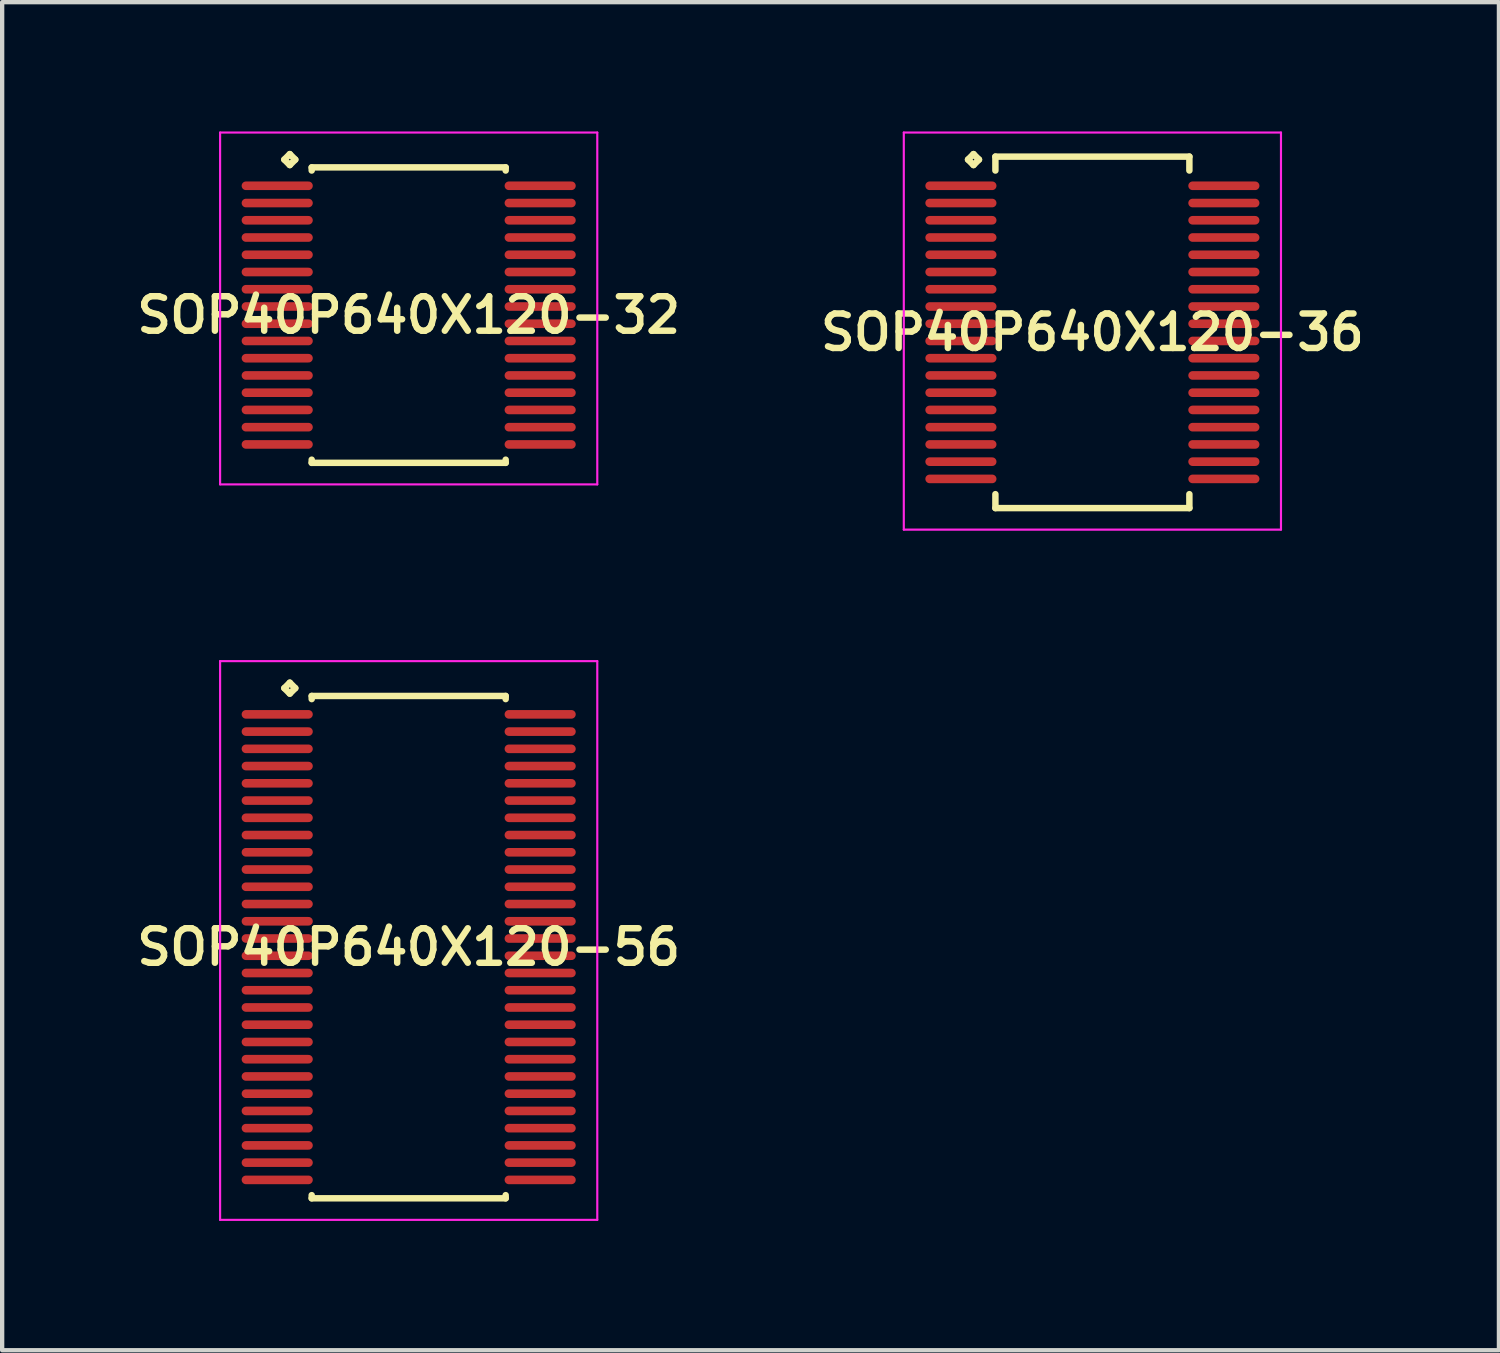
<source format=kicad_pcb>
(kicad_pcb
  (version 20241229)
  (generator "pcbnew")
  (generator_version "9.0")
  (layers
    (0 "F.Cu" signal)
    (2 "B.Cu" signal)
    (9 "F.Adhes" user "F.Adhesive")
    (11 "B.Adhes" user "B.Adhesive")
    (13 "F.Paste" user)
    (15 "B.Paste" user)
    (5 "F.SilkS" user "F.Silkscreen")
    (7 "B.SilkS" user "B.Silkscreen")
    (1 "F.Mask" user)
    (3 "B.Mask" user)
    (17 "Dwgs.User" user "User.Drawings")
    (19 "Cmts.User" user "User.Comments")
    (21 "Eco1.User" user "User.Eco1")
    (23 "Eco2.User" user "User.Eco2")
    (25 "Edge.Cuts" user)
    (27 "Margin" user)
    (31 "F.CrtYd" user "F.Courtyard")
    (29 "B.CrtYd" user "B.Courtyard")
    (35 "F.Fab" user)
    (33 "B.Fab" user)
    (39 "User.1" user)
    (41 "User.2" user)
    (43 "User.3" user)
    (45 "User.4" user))
  (footprint "SOP40P640X120-36"
    (layer "F.Cu")
    (at 22.292 4.66)
    (property "Reference" "SOP40P640X120-36" (at 0 0 0) (layer "F.SilkS") (effects (font (size 0.8 0.8) (thickness 0.15))))
    (attr smd)
    (fp_line (start -2.885 -4.008) (end -2.758 -4.135) (stroke (width 0.15) (type solid)) (layer "F.SilkS"))
    (fp_line (start -2.758 -4.135) (end -2.631 -4.008) (stroke (width 0.15) (type solid)) (layer "F.SilkS"))
    (fp_line (start -2.758 -3.881) (end -2.885 -4.008) (stroke (width 0.15) (type solid)) (layer "F.SilkS"))
    (fp_line (start -2.631 -4.008) (end -2.758 -3.881) (stroke (width 0.15) (type solid)) (layer "F.SilkS"))
    (fp_line (start -2.25 -4.077) (end 2.25 -4.077) (stroke (width 0.15) (type solid)) (layer "F.SilkS"))
    (fp_line (start -2.25 -3.754) (end -2.25 -4.077) (stroke (width 0.15) (type solid)) (layer "F.SilkS"))
    (fp_line (start -2.25 3.754) (end -2.25 4.077) (stroke (width 0.15) (type solid)) (layer "F.SilkS"))
    (fp_line (start -2.25 4.077) (end 2.25 4.077) (stroke (width 0.15) (type solid)) (layer "F.SilkS"))
    (fp_line (start 2.25 -4.077) (end 2.25 -3.754) (stroke (width 0.15) (type solid)) (layer "F.SilkS"))
    (fp_line (start 2.25 4.077) (end 2.25 3.754) (stroke (width 0.15) (type solid)) (layer "F.SilkS"))
    (fp_line (start -4.375 -4.635) (end 4.375 -4.635) (stroke (width 0.05) (type solid)) (layer "F.CrtYd"))
    (fp_line (start -4.375 4.577) (end -4.375 -4.635) (stroke (width 0.05) (type solid)) (layer "F.CrtYd"))
    (fp_line (start 4.375 -4.635) (end 4.375 4.577) (stroke (width 0.05) (type solid)) (layer "F.CrtYd"))
    (fp_line (start 4.375 4.577) (end -4.375 4.577) (stroke (width 0.05) (type solid)) (layer "F.CrtYd"))
    (pad "1" smd oval (at -3.05 -3.4) (size 1.65 0.2) (layers "F.Cu" "F.Mask" "F.Paste"))
    (pad "2" smd oval (at -3.05 -3) (size 1.65 0.2) (layers "F.Cu" "F.Mask" "F.Paste"))
    (pad "3" smd oval (at -3.05 -2.6) (size 1.65 0.2) (layers "F.Cu" "F.Mask" "F.Paste"))
    (pad "4" smd oval (at -3.05 -2.2) (size 1.65 0.2) (layers "F.Cu" "F.Mask" "F.Paste"))
    (pad "5" smd oval (at -3.05 -1.8) (size 1.65 0.2) (layers "F.Cu" "F.Mask" "F.Paste"))
    (pad "6" smd oval (at -3.05 -1.4) (size 1.65 0.2) (layers "F.Cu" "F.Mask" "F.Paste"))
    (pad "7" smd oval (at -3.05 -1) (size 1.65 0.2) (layers "F.Cu" "F.Mask" "F.Paste"))
    (pad "8" smd oval (at -3.05 -0.6) (size 1.65 0.2) (layers "F.Cu" "F.Mask" "F.Paste"))
    (pad "9" smd oval (at -3.05 -0.2) (size 1.65 0.2) (layers "F.Cu" "F.Mask" "F.Paste"))
    (pad "10" smd oval (at -3.05 0.2) (size 1.65 0.2) (layers "F.Cu" "F.Mask" "F.Paste"))
    (pad "11" smd oval (at -3.05 0.6) (size 1.65 0.2) (layers "F.Cu" "F.Mask" "F.Paste"))
    (pad "12" smd oval (at -3.05 1) (size 1.65 0.2) (layers "F.Cu" "F.Mask" "F.Paste"))
    (pad "13" smd oval (at -3.05 1.4) (size 1.65 0.2) (layers "F.Cu" "F.Mask" "F.Paste"))
    (pad "14" smd oval (at -3.05 1.8) (size 1.65 0.2) (layers "F.Cu" "F.Mask" "F.Paste"))
    (pad "15" smd oval (at -3.05 2.2) (size 1.65 0.2) (layers "F.Cu" "F.Mask" "F.Paste"))
    (pad "16" smd oval (at -3.05 2.6) (size 1.65 0.2) (layers "F.Cu" "F.Mask" "F.Paste"))
    (pad "17" smd oval (at -3.05 3) (size 1.65 0.2) (layers "F.Cu" "F.Mask" "F.Paste"))
    (pad "18" smd oval (at -3.05 3.4) (size 1.65 0.2) (layers "F.Cu" "F.Mask" "F.Paste"))
    (pad "19" smd oval (at 3.05 3.4) (size 1.65 0.2) (layers "F.Cu" "F.Mask" "F.Paste"))
    (pad "20" smd oval (at 3.05 3) (size 1.65 0.2) (layers "F.Cu" "F.Mask" "F.Paste"))
    (pad "21" smd oval (at 3.05 2.6) (size 1.65 0.2) (layers "F.Cu" "F.Mask" "F.Paste"))
    (pad "22" smd oval (at 3.05 2.2) (size 1.65 0.2) (layers "F.Cu" "F.Mask" "F.Paste"))
    (pad "23" smd oval (at 3.05 1.8) (size 1.65 0.2) (layers "F.Cu" "F.Mask" "F.Paste"))
    (pad "24" smd oval (at 3.05 1.4) (size 1.65 0.2) (layers "F.Cu" "F.Mask" "F.Paste"))
    (pad "25" smd oval (at 3.05 1) (size 1.65 0.2) (layers "F.Cu" "F.Mask" "F.Paste"))
    (pad "26" smd oval (at 3.05 0.6) (size 1.65 0.2) (layers "F.Cu" "F.Mask" "F.Paste"))
    (pad "27" smd oval (at 3.05 0.2) (size 1.65 0.2) (layers "F.Cu" "F.Mask" "F.Paste"))
    (pad "28" smd oval (at 3.05 -0.2) (size 1.65 0.2) (layers "F.Cu" "F.Mask" "F.Paste"))
    (pad "29" smd oval (at 3.05 -0.6) (size 1.65 0.2) (layers "F.Cu" "F.Mask" "F.Paste"))
    (pad "30" smd oval (at 3.05 -1) (size 1.65 0.2) (layers "F.Cu" "F.Mask" "F.Paste"))
    (pad "31" smd oval (at 3.05 -1.4) (size 1.65 0.2) (layers "F.Cu" "F.Mask" "F.Paste"))
    (pad "32" smd oval (at 3.05 -1.8) (size 1.65 0.2) (layers "F.Cu" "F.Mask" "F.Paste"))
    (pad "33" smd oval (at 3.05 -2.2) (size 1.65 0.2) (layers "F.Cu" "F.Mask" "F.Paste"))
    (pad "34" smd oval (at 3.05 -2.6) (size 1.65 0.2) (layers "F.Cu" "F.Mask" "F.Paste"))
    (pad "35" smd oval (at 3.05 -3) (size 1.65 0.2) (layers "F.Cu" "F.Mask" "F.Paste"))
    (pad "36" smd oval (at 3.05 -3.4) (size 1.65 0.2) (layers "F.Cu" "F.Mask" "F.Paste")))
  (footprint "SOP40P640X120-56"
    (layer "F.Cu")
    (at 6.431 18.922)
    (property "Reference" "SOP40P640X120-56" (at 0 0 0) (layer "F.SilkS") (effects (font (size 0.8 0.8) (thickness 0.15))))
    (attr smd)
    (fp_line (start -2.885 -6.008) (end -2.758 -6.135) (stroke (width 0.15) (type solid)) (layer "F.SilkS"))
    (fp_line (start -2.758 -6.135) (end -2.631 -6.008) (stroke (width 0.15) (type solid)) (layer "F.SilkS"))
    (fp_line (start -2.758 -5.881) (end -2.885 -6.008) (stroke (width 0.15) (type solid)) (layer "F.SilkS"))
    (fp_line (start -2.631 -6.008) (end -2.758 -5.881) (stroke (width 0.15) (type solid)) (layer "F.SilkS"))
    (fp_line (start -2.25 -5.827) (end 2.25 -5.827) (stroke (width 0.15) (type solid)) (layer "F.SilkS"))
    (fp_line (start -2.25 -5.754) (end -2.25 -5.827) (stroke (width 0.15) (type solid)) (layer "F.SilkS"))
    (fp_line (start -2.25 5.754) (end -2.25 5.827) (stroke (width 0.15) (type solid)) (layer "F.SilkS"))
    (fp_line (start -2.25 5.827) (end 2.25 5.827) (stroke (width 0.15) (type solid)) (layer "F.SilkS"))
    (fp_line (start 2.25 -5.827) (end 2.25 -5.754) (stroke (width 0.15) (type solid)) (layer "F.SilkS"))
    (fp_line (start 2.25 5.827) (end 2.25 5.754) (stroke (width 0.15) (type solid)) (layer "F.SilkS"))
    (fp_line (start -4.375 -6.635) (end 4.375 -6.635) (stroke (width 0.05) (type solid)) (layer "F.CrtYd"))
    (fp_line (start -4.375 6.327) (end -4.375 -6.635) (stroke (width 0.05) (type solid)) (layer "F.CrtYd"))
    (fp_line (start 4.375 -6.635) (end 4.375 6.327) (stroke (width 0.05) (type solid)) (layer "F.CrtYd"))
    (fp_line (start 4.375 6.327) (end -4.375 6.327) (stroke (width 0.05) (type solid)) (layer "F.CrtYd"))
    (pad "1" smd oval (at -3.05 -5.4) (size 1.65 0.2) (layers "F.Cu" "F.Mask" "F.Paste"))
    (pad "2" smd oval (at -3.05 -5) (size 1.65 0.2) (layers "F.Cu" "F.Mask" "F.Paste"))
    (pad "3" smd oval (at -3.05 -4.6) (size 1.65 0.2) (layers "F.Cu" "F.Mask" "F.Paste"))
    (pad "4" smd oval (at -3.05 -4.2) (size 1.65 0.2) (layers "F.Cu" "F.Mask" "F.Paste"))
    (pad "5" smd oval (at -3.05 -3.8) (size 1.65 0.2) (layers "F.Cu" "F.Mask" "F.Paste"))
    (pad "6" smd oval (at -3.05 -3.4) (size 1.65 0.2) (layers "F.Cu" "F.Mask" "F.Paste"))
    (pad "7" smd oval (at -3.05 -3) (size 1.65 0.2) (layers "F.Cu" "F.Mask" "F.Paste"))
    (pad "8" smd oval (at -3.05 -2.6) (size 1.65 0.2) (layers "F.Cu" "F.Mask" "F.Paste"))
    (pad "9" smd oval (at -3.05 -2.2) (size 1.65 0.2) (layers "F.Cu" "F.Mask" "F.Paste"))
    (pad "10" smd oval (at -3.05 -1.8) (size 1.65 0.2) (layers "F.Cu" "F.Mask" "F.Paste"))
    (pad "11" smd oval (at -3.05 -1.4) (size 1.65 0.2) (layers "F.Cu" "F.Mask" "F.Paste"))
    (pad "12" smd oval (at -3.05 -1) (size 1.65 0.2) (layers "F.Cu" "F.Mask" "F.Paste"))
    (pad "13" smd oval (at -3.05 -0.6) (size 1.65 0.2) (layers "F.Cu" "F.Mask" "F.Paste"))
    (pad "14" smd oval (at -3.05 -0.2) (size 1.65 0.2) (layers "F.Cu" "F.Mask" "F.Paste"))
    (pad "15" smd oval (at -3.05 0.2) (size 1.65 0.2) (layers "F.Cu" "F.Mask" "F.Paste"))
    (pad "16" smd oval (at -3.05 0.6) (size 1.65 0.2) (layers "F.Cu" "F.Mask" "F.Paste"))
    (pad "17" smd oval (at -3.05 1) (size 1.65 0.2) (layers "F.Cu" "F.Mask" "F.Paste"))
    (pad "18" smd oval (at -3.05 1.4) (size 1.65 0.2) (layers "F.Cu" "F.Mask" "F.Paste"))
    (pad "19" smd oval (at -3.05 1.8) (size 1.65 0.2) (layers "F.Cu" "F.Mask" "F.Paste"))
    (pad "20" smd oval (at -3.05 2.2) (size 1.65 0.2) (layers "F.Cu" "F.Mask" "F.Paste"))
    (pad "21" smd oval (at -3.05 2.6) (size 1.65 0.2) (layers "F.Cu" "F.Mask" "F.Paste"))
    (pad "22" smd oval (at -3.05 3) (size 1.65 0.2) (layers "F.Cu" "F.Mask" "F.Paste"))
    (pad "23" smd oval (at -3.05 3.4) (size 1.65 0.2) (layers "F.Cu" "F.Mask" "F.Paste"))
    (pad "24" smd oval (at -3.05 3.8) (size 1.65 0.2) (layers "F.Cu" "F.Mask" "F.Paste"))
    (pad "25" smd oval (at -3.05 4.2) (size 1.65 0.2) (layers "F.Cu" "F.Mask" "F.Paste"))
    (pad "26" smd oval (at -3.05 4.6) (size 1.65 0.2) (layers "F.Cu" "F.Mask" "F.Paste"))
    (pad "27" smd oval (at -3.05 5) (size 1.65 0.2) (layers "F.Cu" "F.Mask" "F.Paste"))
    (pad "28" smd oval (at -3.05 5.4) (size 1.65 0.2) (layers "F.Cu" "F.Mask" "F.Paste"))
    (pad "29" smd oval (at 3.05 5.4) (size 1.65 0.2) (layers "F.Cu" "F.Mask" "F.Paste"))
    (pad "30" smd oval (at 3.05 5) (size 1.65 0.2) (layers "F.Cu" "F.Mask" "F.Paste"))
    (pad "31" smd oval (at 3.05 4.6) (size 1.65 0.2) (layers "F.Cu" "F.Mask" "F.Paste"))
    (pad "32" smd oval (at 3.05 4.2) (size 1.65 0.2) (layers "F.Cu" "F.Mask" "F.Paste"))
    (pad "33" smd oval (at 3.05 3.8) (size 1.65 0.2) (layers "F.Cu" "F.Mask" "F.Paste"))
    (pad "34" smd oval (at 3.05 3.4) (size 1.65 0.2) (layers "F.Cu" "F.Mask" "F.Paste"))
    (pad "35" smd oval (at 3.05 3) (size 1.65 0.2) (layers "F.Cu" "F.Mask" "F.Paste"))
    (pad "36" smd oval (at 3.05 2.6) (size 1.65 0.2) (layers "F.Cu" "F.Mask" "F.Paste"))
    (pad "37" smd oval (at 3.05 2.2) (size 1.65 0.2) (layers "F.Cu" "F.Mask" "F.Paste"))
    (pad "38" smd oval (at 3.05 1.8) (size 1.65 0.2) (layers "F.Cu" "F.Mask" "F.Paste"))
    (pad "39" smd oval (at 3.05 1.4) (size 1.65 0.2) (layers "F.Cu" "F.Mask" "F.Paste"))
    (pad "40" smd oval (at 3.05 1) (size 1.65 0.2) (layers "F.Cu" "F.Mask" "F.Paste"))
    (pad "41" smd oval (at 3.05 0.6) (size 1.65 0.2) (layers "F.Cu" "F.Mask" "F.Paste"))
    (pad "42" smd oval (at 3.05 0.2) (size 1.65 0.2) (layers "F.Cu" "F.Mask" "F.Paste"))
    (pad "43" smd oval (at 3.05 -0.2) (size 1.65 0.2) (layers "F.Cu" "F.Mask" "F.Paste"))
    (pad "44" smd oval (at 3.05 -0.6) (size 1.65 0.2) (layers "F.Cu" "F.Mask" "F.Paste"))
    (pad "45" smd oval (at 3.05 -1) (size 1.65 0.2) (layers "F.Cu" "F.Mask" "F.Paste"))
    (pad "46" smd oval (at 3.05 -1.4) (size 1.65 0.2) (layers "F.Cu" "F.Mask" "F.Paste"))
    (pad "47" smd oval (at 3.05 -1.8) (size 1.65 0.2) (layers "F.Cu" "F.Mask" "F.Paste"))
    (pad "48" smd oval (at 3.05 -2.2) (size 1.65 0.2) (layers "F.Cu" "F.Mask" "F.Paste"))
    (pad "49" smd oval (at 3.05 -2.6) (size 1.65 0.2) (layers "F.Cu" "F.Mask" "F.Paste"))
    (pad "50" smd oval (at 3.05 -3) (size 1.65 0.2) (layers "F.Cu" "F.Mask" "F.Paste"))
    (pad "51" smd oval (at 3.05 -3.4) (size 1.65 0.2) (layers "F.Cu" "F.Mask" "F.Paste"))
    (pad "52" smd oval (at 3.05 -3.8) (size 1.65 0.2) (layers "F.Cu" "F.Mask" "F.Paste"))
    (pad "53" smd oval (at 3.05 -4.2) (size 1.65 0.2) (layers "F.Cu" "F.Mask" "F.Paste"))
    (pad "54" smd oval (at 3.05 -4.6) (size 1.65 0.2) (layers "F.Cu" "F.Mask" "F.Paste"))
    (pad "55" smd oval (at 3.05 -5) (size 1.65 0.2) (layers "F.Cu" "F.Mask" "F.Paste"))
    (pad "56" smd oval (at 3.05 -5.4) (size 1.65 0.2) (layers "F.Cu" "F.Mask" "F.Paste")))
  (footprint "SOP40P640X120-32"
    (layer "F.Cu")
    (at 6.431 4.26)
    (property "Reference" "SOP40P640X120-32" (at 0 0 0) (layer "F.SilkS") (effects (font (size 0.8 0.8) (thickness 0.15))))
    (attr smd)
    (fp_line (start -2.885 -3.608) (end -2.758 -3.735) (stroke (width 0.15) (type solid)) (layer "F.SilkS"))
    (fp_line (start -2.758 -3.735) (end -2.631 -3.608) (stroke (width 0.15) (type solid)) (layer "F.SilkS"))
    (fp_line (start -2.758 -3.481) (end -2.885 -3.608) (stroke (width 0.15) (type solid)) (layer "F.SilkS"))
    (fp_line (start -2.631 -3.608) (end -2.758 -3.481) (stroke (width 0.15) (type solid)) (layer "F.SilkS"))
    (fp_line (start -2.25 -3.427) (end 2.25 -3.427) (stroke (width 0.15) (type solid)) (layer "F.SilkS"))
    (fp_line (start -2.25 -3.354) (end -2.25 -3.427) (stroke (width 0.15) (type solid)) (layer "F.SilkS"))
    (fp_line (start -2.25 3.354) (end -2.25 3.427) (stroke (width 0.15) (type solid)) (layer "F.SilkS"))
    (fp_line (start -2.25 3.427) (end 2.25 3.427) (stroke (width 0.15) (type solid)) (layer "F.SilkS"))
    (fp_line (start 2.25 -3.427) (end 2.25 -3.354) (stroke (width 0.15) (type solid)) (layer "F.SilkS"))
    (fp_line (start 2.25 3.427) (end 2.25 3.354) (stroke (width 0.15) (type solid)) (layer "F.SilkS"))
    (fp_line (start -4.375 -4.235) (end 4.375 -4.235) (stroke (width 0.05) (type solid)) (layer "F.CrtYd"))
    (fp_line (start -4.375 3.927) (end -4.375 -4.235) (stroke (width 0.05) (type solid)) (layer "F.CrtYd"))
    (fp_line (start 4.375 -4.235) (end 4.375 3.927) (stroke (width 0.05) (type solid)) (layer "F.CrtYd"))
    (fp_line (start 4.375 3.927) (end -4.375 3.927) (stroke (width 0.05) (type solid)) (layer "F.CrtYd"))
    (pad "1" smd oval (at -3.05 -3) (size 1.65 0.2) (layers "F.Cu" "F.Mask" "F.Paste"))
    (pad "2" smd oval (at -3.05 -2.6) (size 1.65 0.2) (layers "F.Cu" "F.Mask" "F.Paste"))
    (pad "3" smd oval (at -3.05 -2.2) (size 1.65 0.2) (layers "F.Cu" "F.Mask" "F.Paste"))
    (pad "4" smd oval (at -3.05 -1.8) (size 1.65 0.2) (layers "F.Cu" "F.Mask" "F.Paste"))
    (pad "5" smd oval (at -3.05 -1.4) (size 1.65 0.2) (layers "F.Cu" "F.Mask" "F.Paste"))
    (pad "6" smd oval (at -3.05 -1) (size 1.65 0.2) (layers "F.Cu" "F.Mask" "F.Paste"))
    (pad "7" smd oval (at -3.05 -0.6) (size 1.65 0.2) (layers "F.Cu" "F.Mask" "F.Paste"))
    (pad "8" smd oval (at -3.05 -0.2) (size 1.65 0.2) (layers "F.Cu" "F.Mask" "F.Paste"))
    (pad "9" smd oval (at -3.05 0.2) (size 1.65 0.2) (layers "F.Cu" "F.Mask" "F.Paste"))
    (pad "10" smd oval (at -3.05 0.6) (size 1.65 0.2) (layers "F.Cu" "F.Mask" "F.Paste"))
    (pad "11" smd oval (at -3.05 1) (size 1.65 0.2) (layers "F.Cu" "F.Mask" "F.Paste"))
    (pad "12" smd oval (at -3.05 1.4) (size 1.65 0.2) (layers "F.Cu" "F.Mask" "F.Paste"))
    (pad "13" smd oval (at -3.05 1.8) (size 1.65 0.2) (layers "F.Cu" "F.Mask" "F.Paste"))
    (pad "14" smd oval (at -3.05 2.2) (size 1.65 0.2) (layers "F.Cu" "F.Mask" "F.Paste"))
    (pad "15" smd oval (at -3.05 2.6) (size 1.65 0.2) (layers "F.Cu" "F.Mask" "F.Paste"))
    (pad "16" smd oval (at -3.05 3) (size 1.65 0.2) (layers "F.Cu" "F.Mask" "F.Paste"))
    (pad "17" smd oval (at 3.05 3) (size 1.65 0.2) (layers "F.Cu" "F.Mask" "F.Paste"))
    (pad "18" smd oval (at 3.05 2.6) (size 1.65 0.2) (layers "F.Cu" "F.Mask" "F.Paste"))
    (pad "19" smd oval (at 3.05 2.2) (size 1.65 0.2) (layers "F.Cu" "F.Mask" "F.Paste"))
    (pad "20" smd oval (at 3.05 1.8) (size 1.65 0.2) (layers "F.Cu" "F.Mask" "F.Paste"))
    (pad "21" smd oval (at 3.05 1.4) (size 1.65 0.2) (layers "F.Cu" "F.Mask" "F.Paste"))
    (pad "22" smd oval (at 3.05 1) (size 1.65 0.2) (layers "F.Cu" "F.Mask" "F.Paste"))
    (pad "23" smd oval (at 3.05 0.6) (size 1.65 0.2) (layers "F.Cu" "F.Mask" "F.Paste"))
    (pad "24" smd oval (at 3.05 0.2) (size 1.65 0.2) (layers "F.Cu" "F.Mask" "F.Paste"))
    (pad "25" smd oval (at 3.05 -0.2) (size 1.65 0.2) (layers "F.Cu" "F.Mask" "F.Paste"))
    (pad "26" smd oval (at 3.05 -0.6) (size 1.65 0.2) (layers "F.Cu" "F.Mask" "F.Paste"))
    (pad "27" smd oval (at 3.05 -1) (size 1.65 0.2) (layers "F.Cu" "F.Mask" "F.Paste"))
    (pad "28" smd oval (at 3.05 -1.4) (size 1.65 0.2) (layers "F.Cu" "F.Mask" "F.Paste"))
    (pad "29" smd oval (at 3.05 -1.8) (size 1.65 0.2) (layers "F.Cu" "F.Mask" "F.Paste"))
    (pad "30" smd oval (at 3.05 -2.2) (size 1.65 0.2) (layers "F.Cu" "F.Mask" "F.Paste"))
    (pad "31" smd oval (at 3.05 -2.6) (size 1.65 0.2) (layers "F.Cu" "F.Mask" "F.Paste"))
    (pad "32" smd oval (at 3.05 -3) (size 1.65 0.2) (layers "F.Cu" "F.Mask" "F.Paste")))
  (gr_rect
    (start -3 -3)
    (end 31.723 28.274)
    (stroke (width 0.1) (type default))
    (fill no)
    (layer "Edge.Cuts")))
</source>
